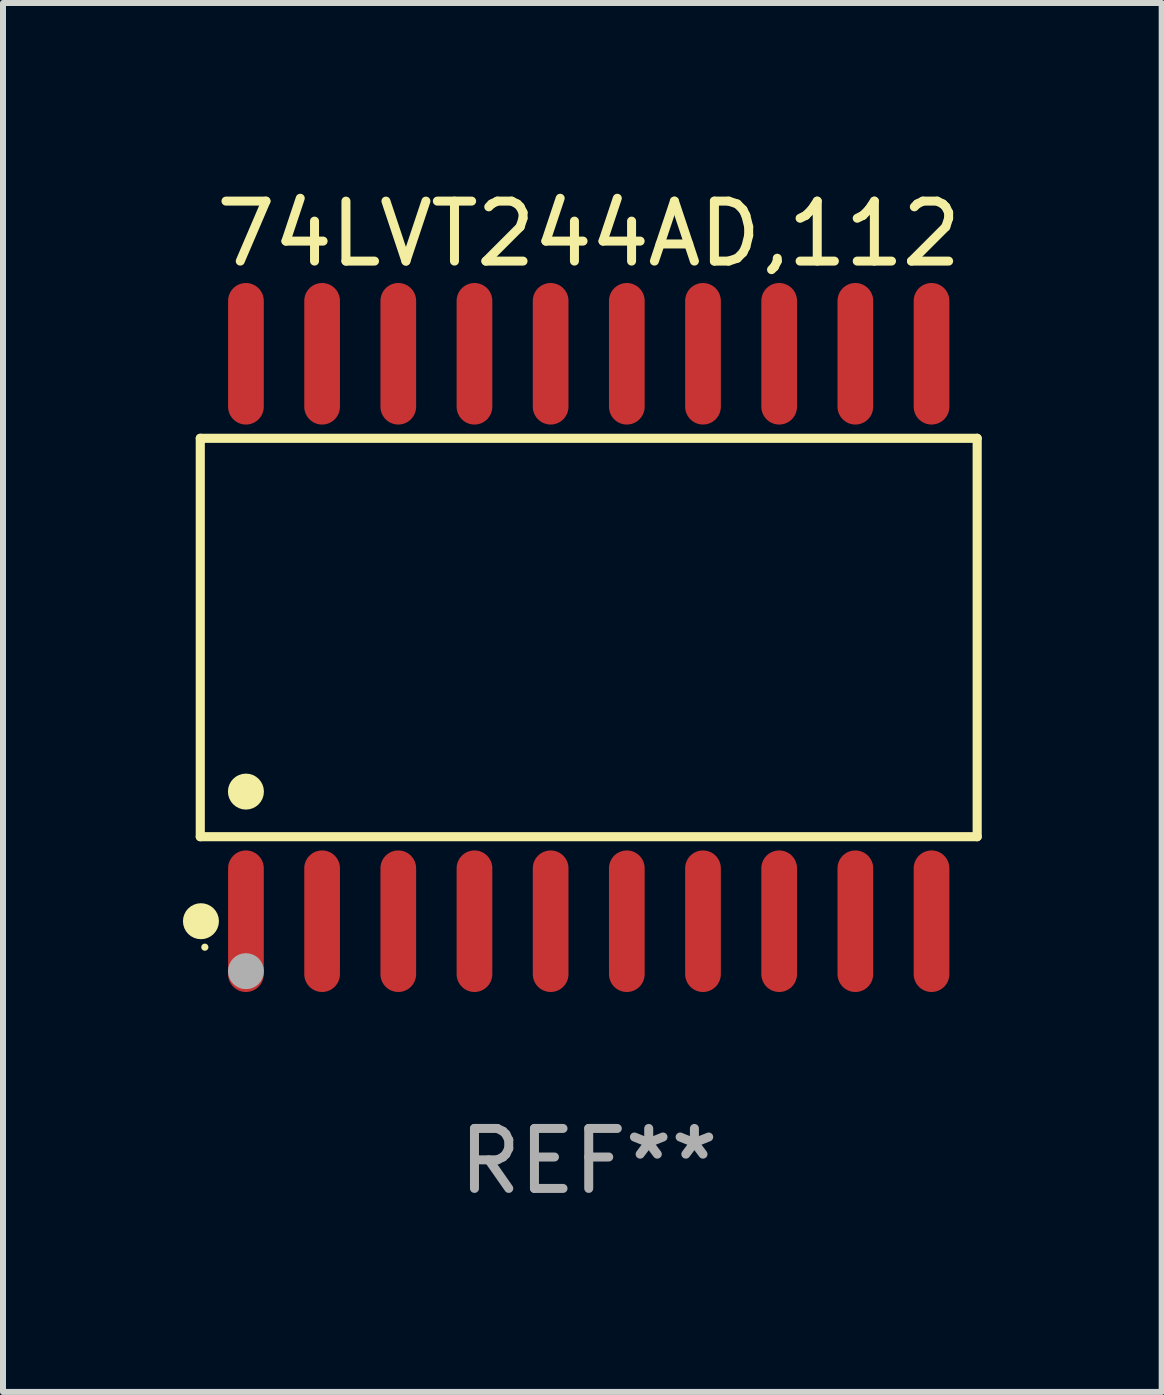
<source format=kicad_pcb>
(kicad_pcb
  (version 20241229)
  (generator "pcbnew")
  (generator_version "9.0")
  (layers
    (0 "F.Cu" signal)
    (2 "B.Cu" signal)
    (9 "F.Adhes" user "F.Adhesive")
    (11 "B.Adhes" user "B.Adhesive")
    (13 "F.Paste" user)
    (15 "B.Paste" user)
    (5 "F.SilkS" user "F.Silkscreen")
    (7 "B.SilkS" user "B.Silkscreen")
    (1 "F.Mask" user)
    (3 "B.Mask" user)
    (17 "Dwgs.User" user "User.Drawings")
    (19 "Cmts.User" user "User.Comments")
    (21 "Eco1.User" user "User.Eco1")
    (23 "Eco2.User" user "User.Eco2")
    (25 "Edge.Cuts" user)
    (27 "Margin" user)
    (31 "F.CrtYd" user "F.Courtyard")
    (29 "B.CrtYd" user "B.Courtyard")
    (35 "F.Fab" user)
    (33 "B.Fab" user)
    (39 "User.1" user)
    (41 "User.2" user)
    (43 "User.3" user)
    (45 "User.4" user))
  (footprint "74LVT244AD,112"
    (layer "F.Cu")
    (at 6.765 7.578)
    (property "Reference" "74LVT244AD,112" (at 0 -6.73 0) (layer "F.SilkS") (effects (font (size 1 1) (thickness 0.15))))
    (attr through_hole)
    (fp_line (start -6.476 -3.321) (end 6.476 -3.321) (stroke (width 0.152) (type solid)) (layer "F.SilkS"))
    (fp_line (start -6.476 3.321) (end -6.476 -3.321) (stroke (width 0.152) (type solid)) (layer "F.SilkS"))
    (fp_line (start 6.476 -3.321) (end 6.476 3.321) (stroke (width 0.152) (type solid)) (layer "F.SilkS"))
    (fp_line (start 6.476 3.321) (end -6.476 3.321) (stroke (width 0.152) (type solid)) (layer "F.SilkS"))
    (fp_circle (center -6.465 4.73) (end -6.315 4.73) (stroke (width 0.3) (type solid)) (fill no) (layer "F.SilkS"))
    (fp_circle (center -6.4 5.163) (end -6.37 5.163) (stroke (width 0.06) (type solid)) (fill no) (layer "F.SilkS"))
    (fp_circle (center -5.715 2.569) (end -5.565 2.569) (stroke (width 0.3) (type solid)) (fill no) (layer "F.SilkS"))
    (fp_circle (center -5.715 5.563) (end -5.565 5.563) (stroke (width 0.3) (type solid)) (fill no) (layer "F.Fab"))
    (fp_text user "REF**" (at 0 8.73 0) (layer "F.Fab") (effects (font (size 1 1) (thickness 0.15))))
    (pad "1" smd oval (at -5.715 4.73) (size 0.595 2.36) (layers "F.Cu" "F.Mask" "F.Paste"))
    (pad "2" smd oval (at -4.445 4.73) (size 0.595 2.36) (layers "F.Cu" "F.Mask" "F.Paste"))
    (pad "3" smd oval (at -3.175 4.73) (size 0.595 2.36) (layers "F.Cu" "F.Mask" "F.Paste"))
    (pad "4" smd oval (at -1.905 4.73) (size 0.595 2.36) (layers "F.Cu" "F.Mask" "F.Paste"))
    (pad "5" smd oval (at -0.635 4.73) (size 0.595 2.36) (layers "F.Cu" "F.Mask" "F.Paste"))
    (pad "6" smd oval (at 0.635 4.73) (size 0.595 2.36) (layers "F.Cu" "F.Mask" "F.Paste"))
    (pad "7" smd oval (at 1.905 4.73) (size 0.595 2.36) (layers "F.Cu" "F.Mask" "F.Paste"))
    (pad "8" smd oval (at 3.175 4.73) (size 0.595 2.36) (layers "F.Cu" "F.Mask" "F.Paste"))
    (pad "9" smd oval (at 4.445 4.73) (size 0.595 2.36) (layers "F.Cu" "F.Mask" "F.Paste"))
    (pad "10" smd oval (at 5.715 4.73) (size 0.595 2.36) (layers "F.Cu" "F.Mask" "F.Paste"))
    (pad "11" smd oval (at 5.715 -4.73) (size 0.595 2.36) (layers "F.Cu" "F.Mask" "F.Paste"))
    (pad "12" smd oval (at 4.445 -4.73) (size 0.595 2.36) (layers "F.Cu" "F.Mask" "F.Paste"))
    (pad "13" smd oval (at 3.175 -4.73) (size 0.595 2.36) (layers "F.Cu" "F.Mask" "F.Paste"))
    (pad "14" smd oval (at 1.905 -4.73) (size 0.595 2.36) (layers "F.Cu" "F.Mask" "F.Paste"))
    (pad "15" smd oval (at 0.635 -4.73) (size 0.595 2.36) (layers "F.Cu" "F.Mask" "F.Paste"))
    (pad "16" smd oval (at -0.635 -4.73) (size 0.595 2.36) (layers "F.Cu" "F.Mask" "F.Paste"))
    (pad "17" smd oval (at -1.905 -4.73) (size 0.595 2.36) (layers "F.Cu" "F.Mask" "F.Paste"))
    (pad "18" smd oval (at -3.175 -4.73) (size 0.595 2.36) (layers "F.Cu" "F.Mask" "F.Paste"))
    (pad "19" smd oval (at -4.445 -4.73) (size 0.595 2.36) (layers "F.Cu" "F.Mask" "F.Paste"))
    (pad "20" smd oval (at -5.715 -4.73) (size 0.595 2.36) (layers "F.Cu" "F.Mask" "F.Paste")))
  (gr_rect
    (start -3 -3)
    (end 16.317 20.156)
    (stroke (width 0.1) (type default))
    (fill no)
    (layer "Edge.Cuts")))
</source>
